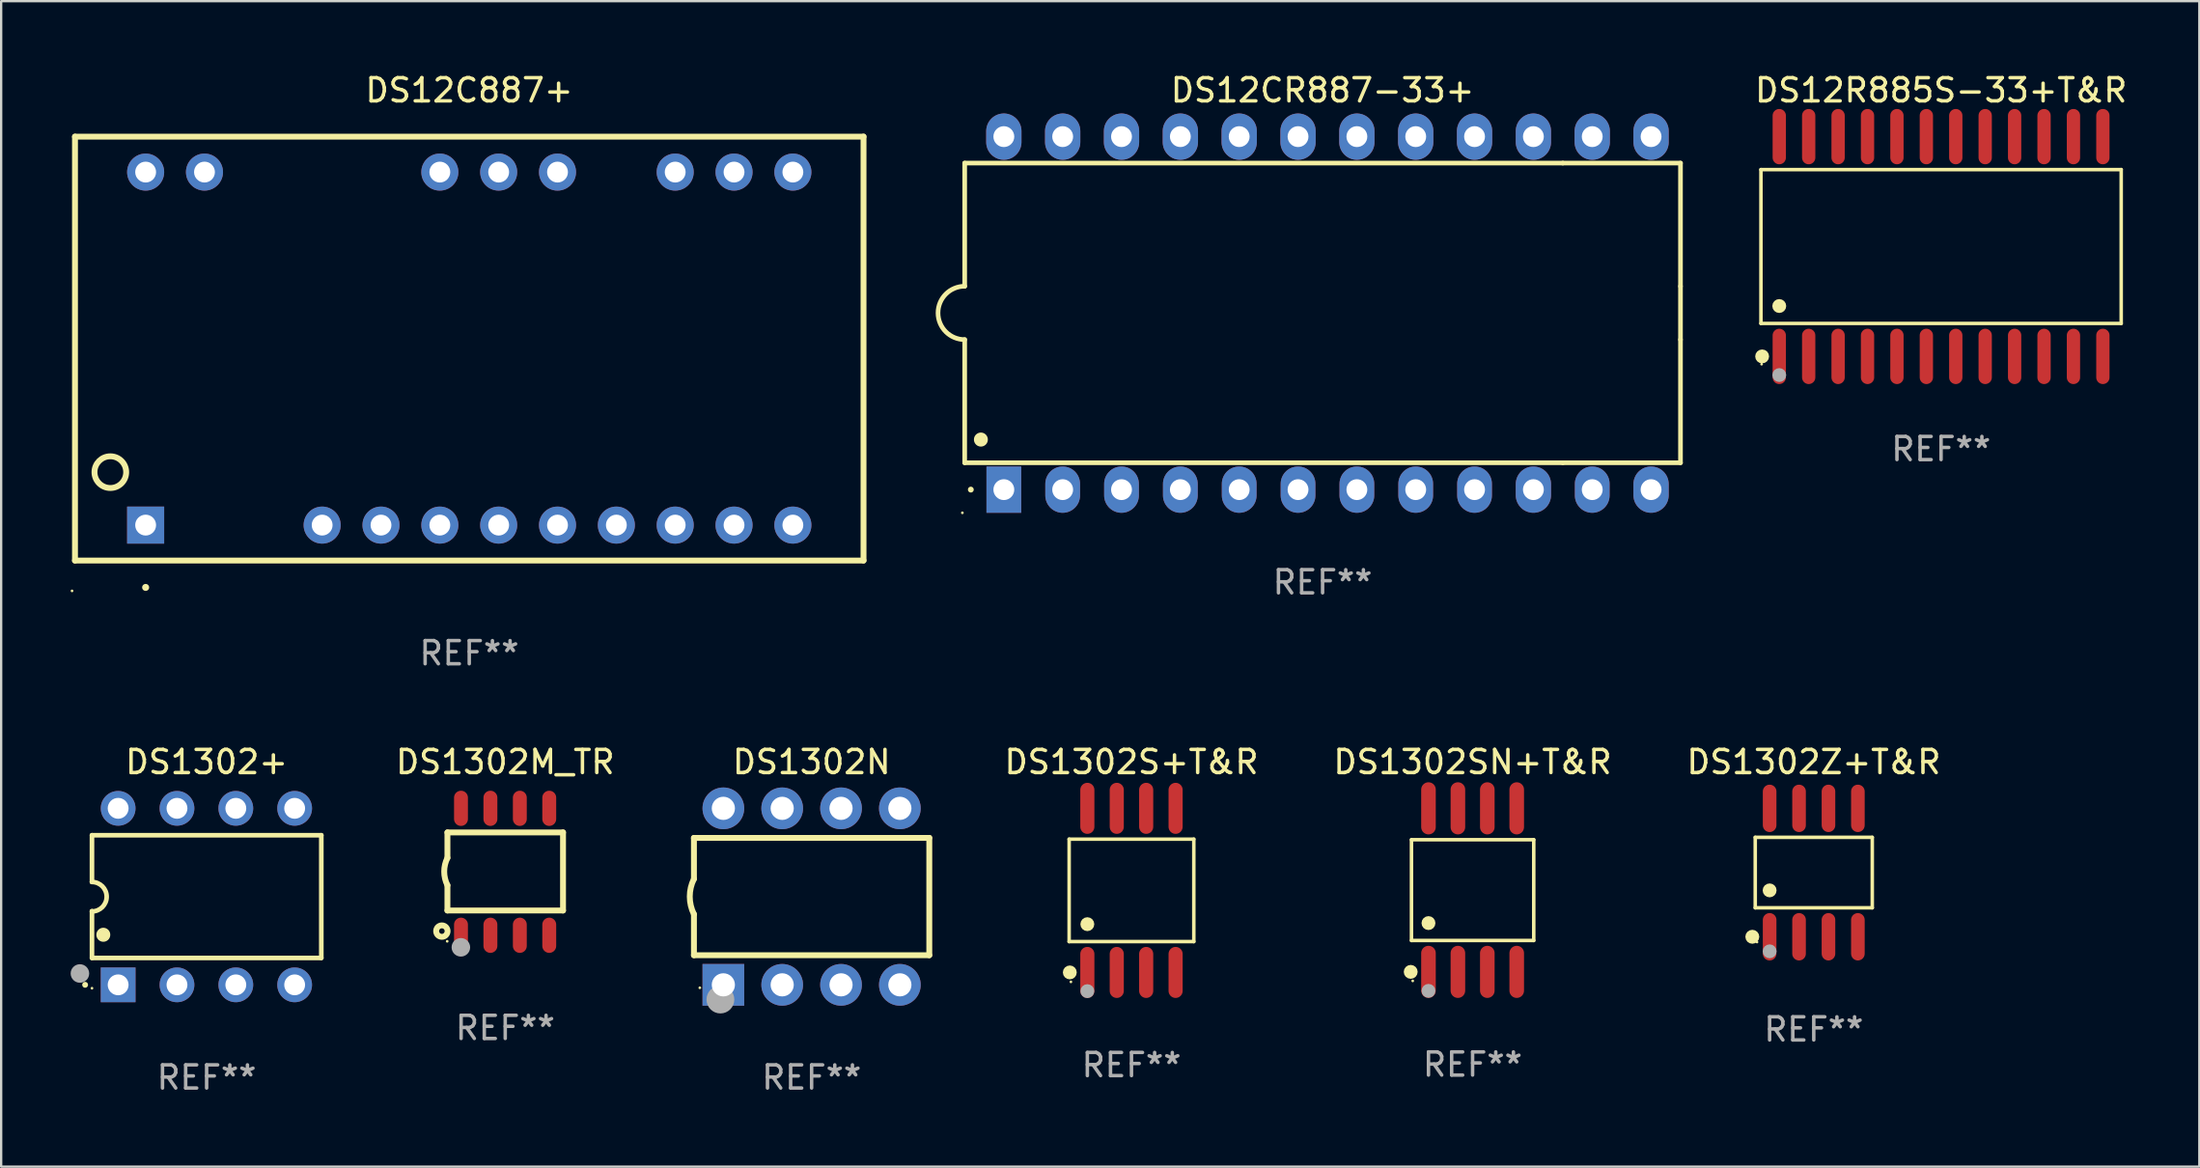
<source format=kicad_pcb>
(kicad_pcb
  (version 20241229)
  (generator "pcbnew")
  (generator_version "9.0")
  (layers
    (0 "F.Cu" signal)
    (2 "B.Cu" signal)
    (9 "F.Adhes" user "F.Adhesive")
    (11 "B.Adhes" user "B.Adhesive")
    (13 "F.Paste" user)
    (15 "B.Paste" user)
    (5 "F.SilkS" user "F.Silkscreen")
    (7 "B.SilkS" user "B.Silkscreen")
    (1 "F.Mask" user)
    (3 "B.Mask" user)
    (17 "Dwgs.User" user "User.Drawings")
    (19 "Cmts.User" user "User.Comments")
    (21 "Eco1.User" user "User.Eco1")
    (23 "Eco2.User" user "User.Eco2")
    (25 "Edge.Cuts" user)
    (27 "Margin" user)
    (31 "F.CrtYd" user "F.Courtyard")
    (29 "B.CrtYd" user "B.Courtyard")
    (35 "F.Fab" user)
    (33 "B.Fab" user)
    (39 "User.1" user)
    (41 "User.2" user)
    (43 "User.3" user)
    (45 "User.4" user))
  (footprint "DS1302Z+T&R"
    (layer "F.Cu")
    (at 75.247 34.619)
    (property "Reference" "DS1302Z+T&R" (at 0 -4.772 0) (layer "F.SilkS") (effects (font (size 1 1) (thickness 0.15))))
    (attr through_hole)
    (fp_line (start -2.526 -1.521) (end 2.526 -1.521) (stroke (width 0.152) (type solid)) (layer "F.SilkS"))
    (fp_line (start -2.526 1.521) (end -2.526 -1.521) (stroke (width 0.152) (type solid)) (layer "F.SilkS"))
    (fp_line (start 2.526 -1.521) (end 2.526 1.521) (stroke (width 0.152) (type solid)) (layer "F.SilkS"))
    (fp_line (start 2.526 1.521) (end -2.526 1.521) (stroke (width 0.152) (type solid)) (layer "F.SilkS"))
    (fp_circle (center -2.652 2.772) (end -2.501 2.772) (stroke (width 0.3) (type solid)) (fill no) (layer "F.SilkS"))
    (fp_circle (center -2.45 3) (end -2.42 3) (stroke (width 0.06) (type solid)) (fill no) (layer "F.SilkS"))
    (fp_circle (center -1.905 0.769) (end -1.755 0.769) (stroke (width 0.3) (type solid)) (fill no) (layer "F.SilkS"))
    (fp_circle (center -1.905 3.4) (end -1.755 3.4) (stroke (width 0.3) (type solid)) (fill no) (layer "F.Fab"))
    (fp_text user "REF**" (at 0 6.772 0) (layer "F.Fab") (effects (font (size 1 1) (thickness 0.15))))
    (pad "1" smd oval (at -1.905 2.772) (size 0.588 2.045) (layers "F.Cu" "F.Mask" "F.Paste"))
    (pad "2" smd oval (at -0.635 2.772) (size 0.588 2.045) (layers "F.Cu" "F.Mask" "F.Paste"))
    (pad "3" smd oval (at 0.635 2.772) (size 0.588 2.045) (layers "F.Cu" "F.Mask" "F.Paste"))
    (pad "4" smd oval (at 1.905 2.772) (size 0.588 2.045) (layers "F.Cu" "F.Mask" "F.Paste"))
    (pad "5" smd oval (at 1.905 -2.772) (size 0.588 2.045) (layers "F.Cu" "F.Mask" "F.Paste"))
    (pad "6" smd oval (at 0.635 -2.772) (size 0.588 2.045) (layers "F.Cu" "F.Mask" "F.Paste"))
    (pad "7" smd oval (at -0.635 -2.772) (size 0.588 2.045) (layers "F.Cu" "F.Mask" "F.Paste"))
    (pad "8" smd oval (at -1.905 -2.772) (size 0.588 2.045) (layers "F.Cu" "F.Mask" "F.Paste")))
  (footprint "DS12C887+"
    (layer "F.Cu")
    (at 17.207 11.999)
    (property "Reference" "DS12C887+" (at 0 -11.151 0) (layer "F.SilkS") (effects (font (size 1 1) (thickness 0.15))))
    (attr through_hole)
    (fp_line (start -17.02 -9.15) (end 17.02 -9.15) (stroke (width 0.254) (type solid)) (layer "F.SilkS"))
    (fp_line (start -17.02 9.15) (end 17.02 9.15) (stroke (width 0.254) (type solid)) (layer "F.SilkS"))
    (fp_line (start -17.02 9.151) (end -17.02 -9.15) (stroke (width 0.254) (type solid)) (layer "F.SilkS"))
    (fp_line (start 17.02 9.15) (end 17.02 -9.151) (stroke (width 0.254) (type solid)) (layer "F.SilkS"))
    (fp_arc (start -13.971298 10.30997) (mid -13.970028 10.309965) (end -13.968758 10.30997) (stroke (width 0.3) (type solid)) (layer "F.SilkS"))
    (fp_circle (center -17.147 10.46) (end -17.117 10.46) (stroke (width 0.06) (type solid)) (fill no) (layer "F.SilkS"))
    (fp_circle (center -15.494 5.334) (end -14.81 5.334) (stroke (width 0.254) (type solid)) (fill no) (layer "F.SilkS"))
    (fp_text user "REF**" (at 0 13.151 0) (layer "F.Fab") (effects (font (size 1 1) (thickness 0.15))))
    (pad "1" thru_hole rect (at -13.97 7.62 90) (size 1.6 1.6) (drill 0.9) (layers "*.Cu" "*.Mask"))
    (pad "4" thru_hole circle (at -6.35 7.62) (size 1.6 1.6) (drill 0.9) (layers "*.Cu" "*.Mask"))
    (pad "5" thru_hole circle (at -3.81 7.62) (size 1.6 1.6) (drill 0.9) (layers "*.Cu" "*.Mask"))
    (pad "6" thru_hole circle (at -1.27 7.62) (size 1.6 1.6) (drill 0.9) (layers "*.Cu" "*.Mask"))
    (pad "7" thru_hole circle (at 1.27 7.62) (size 1.6 1.6) (drill 0.9) (layers "*.Cu" "*.Mask"))
    (pad "8" thru_hole circle (at 3.81 7.62) (size 1.6 1.6) (drill 0.9) (layers "*.Cu" "*.Mask"))
    (pad "9" thru_hole circle (at 6.35 7.62) (size 1.6 1.6) (drill 0.9) (layers "*.Cu" "*.Mask"))
    (pad "10" thru_hole circle (at 8.89 7.62) (size 1.6 1.6) (drill 0.9) (layers "*.Cu" "*.Mask"))
    (pad "11" thru_hole circle (at 11.43 7.62) (size 1.6 1.6) (drill 0.9) (layers "*.Cu" "*.Mask"))
    (pad "12" thru_hole circle (at 13.97 7.62) (size 1.6 1.6) (drill 0.9) (layers "*.Cu" "*.Mask"))
    (pad "13" thru_hole circle (at 13.97 -7.62) (size 1.6 1.6) (drill 0.9) (layers "*.Cu" "*.Mask"))
    (pad "14" thru_hole circle (at 11.43 -7.62) (size 1.6 1.6) (drill 0.9) (layers "*.Cu" "*.Mask"))
    (pad "15" thru_hole circle (at 8.89 -7.62) (size 1.6 1.6) (drill 0.9) (layers "*.Cu" "*.Mask"))
    (pad "17" thru_hole circle (at 3.81 -7.62) (size 1.6 1.6) (drill 0.9) (layers "*.Cu" "*.Mask"))
    (pad "18" thru_hole circle (at 1.27 -7.62) (size 1.6 1.6) (drill 0.9) (layers "*.Cu" "*.Mask"))
    (pad "19" thru_hole circle (at -1.27 -7.62) (size 1.6 1.6) (drill 0.9) (layers "*.Cu" "*.Mask"))
    (pad "23" thru_hole circle (at -11.43 -7.62) (size 1.6 1.6) (drill 0.9) (layers "*.Cu" "*.Mask"))
    (pad "24" thru_hole circle (at -13.97 -7.62) (size 1.6 1.6) (drill 0.9) (layers "*.Cu" "*.Mask")))
  (footprint "DS12R885S-33+T&R"
    (layer "F.Cu")
    (at 80.743 7.592)
    (property "Reference" "DS12R885S-33+T&R" (at 0 -6.744 0) (layer "F.SilkS") (effects (font (size 1 1) (thickness 0.15))))
    (attr through_hole)
    (fp_line (start -7.776 -3.321) (end 7.776 -3.321) (stroke (width 0.152) (type solid)) (layer "F.SilkS"))
    (fp_line (start -7.776 3.321) (end -7.776 -3.321) (stroke (width 0.152) (type solid)) (layer "F.SilkS"))
    (fp_line (start 7.776 -3.321) (end 7.776 3.321) (stroke (width 0.152) (type solid)) (layer "F.SilkS"))
    (fp_line (start 7.776 3.321) (end -7.776 3.321) (stroke (width 0.152) (type solid)) (layer "F.SilkS"))
    (fp_circle (center -7.747 5.08) (end -7.717 5.08) (stroke (width 0.06) (type solid)) (fill no) (layer "F.SilkS"))
    (fp_circle (center -7.724 4.744) (end -7.574 4.744) (stroke (width 0.3) (type solid)) (fill no) (layer "F.SilkS"))
    (fp_circle (center -6.985 2.569) (end -6.835 2.569) (stroke (width 0.3) (type solid)) (fill no) (layer "F.SilkS"))
    (fp_circle (center -6.985 5.55) (end -6.835 5.55) (stroke (width 0.3) (type solid)) (fill no) (layer "F.Fab"))
    (fp_text user "REF**" (at 0 8.744 0) (layer "F.Fab") (effects (font (size 1 1) (thickness 0.15))))
    (pad "1" smd oval (at -6.985 4.744) (size 0.574 2.388) (layers "F.Cu" "F.Mask" "F.Paste"))
    (pad "2" smd oval (at -5.715 4.744) (size 0.574 2.388) (layers "F.Cu" "F.Mask" "F.Paste"))
    (pad "3" smd oval (at -4.445 4.744) (size 0.574 2.388) (layers "F.Cu" "F.Mask" "F.Paste"))
    (pad "4" smd oval (at -3.175 4.744) (size 0.574 2.388) (layers "F.Cu" "F.Mask" "F.Paste"))
    (pad "5" smd oval (at -1.905 4.744) (size 0.574 2.388) (layers "F.Cu" "F.Mask" "F.Paste"))
    (pad "6" smd oval (at -0.635 4.744) (size 0.574 2.388) (layers "F.Cu" "F.Mask" "F.Paste"))
    (pad "7" smd oval (at 0.635 4.744) (size 0.574 2.388) (layers "F.Cu" "F.Mask" "F.Paste"))
    (pad "8" smd oval (at 1.905 4.744) (size 0.574 2.388) (layers "F.Cu" "F.Mask" "F.Paste"))
    (pad "9" smd oval (at 3.175 4.744) (size 0.574 2.388) (layers "F.Cu" "F.Mask" "F.Paste"))
    (pad "10" smd oval (at 4.445 4.744) (size 0.574 2.388) (layers "F.Cu" "F.Mask" "F.Paste"))
    (pad "11" smd oval (at 5.715 4.744) (size 0.574 2.388) (layers "F.Cu" "F.Mask" "F.Paste"))
    (pad "12" smd oval (at 6.985 4.744) (size 0.574 2.388) (layers "F.Cu" "F.Mask" "F.Paste"))
    (pad "13" smd oval (at 6.985 -4.744) (size 0.574 2.388) (layers "F.Cu" "F.Mask" "F.Paste"))
    (pad "14" smd oval (at 5.715 -4.744) (size 0.574 2.388) (layers "F.Cu" "F.Mask" "F.Paste"))
    (pad "15" smd oval (at 4.445 -4.744) (size 0.574 2.388) (layers "F.Cu" "F.Mask" "F.Paste"))
    (pad "16" smd oval (at 3.175 -4.744) (size 0.574 2.388) (layers "F.Cu" "F.Mask" "F.Paste"))
    (pad "17" smd oval (at 1.905 -4.744) (size 0.574 2.388) (layers "F.Cu" "F.Mask" "F.Paste"))
    (pad "18" smd oval (at 0.635 -4.744) (size 0.574 2.388) (layers "F.Cu" "F.Mask" "F.Paste"))
    (pad "19" smd oval (at -0.635 -4.744) (size 0.574 2.388) (layers "F.Cu" "F.Mask" "F.Paste"))
    (pad "20" smd oval (at -1.905 -4.744) (size 0.574 2.388) (layers "F.Cu" "F.Mask" "F.Paste"))
    (pad "21" smd oval (at -3.175 -4.744) (size 0.574 2.388) (layers "F.Cu" "F.Mask" "F.Paste"))
    (pad "22" smd oval (at -4.445 -4.744) (size 0.574 2.388) (layers "F.Cu" "F.Mask" "F.Paste"))
    (pad "23" smd oval (at -5.715 -4.744) (size 0.574 2.388) (layers "F.Cu" "F.Mask" "F.Paste"))
    (pad "24" smd oval (at -6.985 -4.744) (size 0.574 2.388) (layers "F.Cu" "F.Mask" "F.Paste")))
  (footprint "DS1302+"
    (layer "F.Cu")
    (at 5.87 35.656)
    (property "Reference" "DS1302+" (at 0 -5.81 0) (layer "F.SilkS") (effects (font (size 1 1) (thickness 0.15))))
    (attr through_hole)
    (fp_line (start -4.95 -2.649) (end 4.95 -2.649) (stroke (width 0.2) (type solid)) (layer "F.SilkS"))
    (fp_line (start -4.95 -0.635) (end -4.95 -2.649) (stroke (width 0.2) (type solid)) (layer "F.SilkS"))
    (fp_line (start -4.95 0.635) (end -4.95 0.64) (stroke (width 0.2) (type solid)) (layer "F.SilkS"))
    (fp_line (start -4.95 2.649) (end -4.95 0.635) (stroke (width 0.2) (type solid)) (layer "F.SilkS"))
    (fp_line (start -4.95 -0.64) (end -4.95 -0.635) (stroke (width 0.2) (type solid)) (layer "F.SilkS"))
    (fp_line (start 4.95 -2.649) (end 4.95 2.649) (stroke (width 0.2) (type solid)) (layer "F.SilkS"))
    (fp_line (start 4.95 2.649) (end -4.95 2.649) (stroke (width 0.2) (type solid)) (layer "F.SilkS"))
    (fp_arc (start -5.24511 3.810008) (mid -5.245117 3.808738) (end -5.24511 3.807468) (stroke (width 0.25) (type solid)) (layer "F.SilkS"))
    (fp_arc (start -4.950165 -0.629997) (mid -4.315164 0.005004) (end -4.950165 0.640005) (stroke (width 0.2) (type solid)) (layer "F.SilkS"))
    (fp_arc (start -4.460249 1.651003) (mid -4.46026 1.648463) (end -4.460249 1.645923) (stroke (width 0.6) (type solid)) (layer "F.SilkS"))
    (fp_circle (center -4.95 3.956) (end -4.92 3.956) (stroke (width 0.06) (type solid)) (fill no) (layer "F.SilkS"))
    (fp_circle (center -5.47 3.32) (end -5.27 3.32) (stroke (width 0.4) (type solid)) (fill no) (layer "F.Fab"))
    (fp_text user "REF**" (at 0 7.81 0) (layer "F.Fab") (effects (font (size 1 1) (thickness 0.15))))
    (pad "1" thru_hole rect (at -3.82 3.81) (size 1.5 1.5) (drill 0.9) (layers "*.Cu" "*.Mask"))
    (pad "2" thru_hole circle (at -1.28 3.81) (size 1.5 1.5) (drill 0.9) (layers "*.Cu" "*.Mask"))
    (pad "3" thru_hole circle (at 1.26 3.81) (size 1.5 1.5) (drill 0.9) (layers "*.Cu" "*.Mask"))
    (pad "4" thru_hole circle (at 3.8 3.81) (size 1.5 1.5) (drill 0.9) (layers "*.Cu" "*.Mask"))
    (pad "5" thru_hole circle (at 3.8 -3.81) (size 1.5 1.5) (drill 0.9) (layers "*.Cu" "*.Mask"))
    (pad "6" thru_hole circle (at 1.26 -3.81) (size 1.5 1.5) (drill 0.9) (layers "*.Cu" "*.Mask"))
    (pad "7" thru_hole circle (at -1.28 -3.81) (size 1.5 1.5) (drill 0.9) (layers "*.Cu" "*.Mask"))
    (pad "8" thru_hole circle (at -3.82 -3.81) (size 1.5 1.5) (drill 0.9) (layers "*.Cu" "*.Mask")))
  (footprint "DS1302SN+T&R"
    (layer "F.Cu")
    (at 60.52 35.376)
    (property "Reference" "DS1302SN+T&R" (at 0 -5.53 0) (layer "F.SilkS") (effects (font (size 1 1) (thickness 0.15))))
    (attr through_hole)
    (fp_line (start -2.639 -2.176) (end 2.639 -2.176) (stroke (width 0.152) (type solid)) (layer "F.SilkS"))
    (fp_line (start -2.639 2.176) (end -2.639 -2.176) (stroke (width 0.152) (type solid)) (layer "F.SilkS"))
    (fp_line (start 2.639 -2.176) (end 2.639 2.176) (stroke (width 0.152) (type solid)) (layer "F.SilkS"))
    (fp_line (start 2.639 2.176) (end -2.639 2.176) (stroke (width 0.152) (type solid)) (layer "F.SilkS"))
    (fp_circle (center -2.672 3.53) (end -2.522 3.53) (stroke (width 0.3) (type solid)) (fill no) (layer "F.SilkS"))
    (fp_circle (center -2.585 3.92) (end -2.555 3.92) (stroke (width 0.06) (type solid)) (fill no) (layer "F.SilkS"))
    (fp_circle (center -1.905 1.424) (end -1.755 1.424) (stroke (width 0.3) (type solid)) (fill no) (layer "F.SilkS"))
    (fp_circle (center -1.905 4.35) (end -1.755 4.35) (stroke (width 0.3) (type solid)) (fill no) (layer "F.Fab"))
    (fp_text user "REF**" (at 0 7.53 0) (layer "F.Fab") (effects (font (size 1 1) (thickness 0.15))))
    (pad "1" smd oval (at -1.905 3.53) (size 0.63 2.25) (layers "F.Cu" "F.Mask" "F.Paste"))
    (pad "2" smd oval (at -0.635 3.53) (size 0.63 2.25) (layers "F.Cu" "F.Mask" "F.Paste"))
    (pad "3" smd oval (at 0.635 3.53) (size 0.63 2.25) (layers "F.Cu" "F.Mask" "F.Paste"))
    (pad "4" smd oval (at 1.905 3.53) (size 0.63 2.25) (layers "F.Cu" "F.Mask" "F.Paste"))
    (pad "5" smd oval (at 1.905 -3.53) (size 0.63 2.25) (layers "F.Cu" "F.Mask" "F.Paste"))
    (pad "6" smd oval (at 0.635 -3.53) (size 0.63 2.25) (layers "F.Cu" "F.Mask" "F.Paste"))
    (pad "7" smd oval (at -0.635 -3.53) (size 0.63 2.25) (layers "F.Cu" "F.Mask" "F.Paste"))
    (pad "8" smd oval (at -1.905 -3.53) (size 0.63 2.25) (layers "F.Cu" "F.Mask" "F.Paste")))
  (footprint "DS1302N"
    (layer "F.Cu")
    (at 31.986 35.656)
    (property "Reference" "DS1302N" (at 0 -5.81 0) (layer "F.SilkS") (effects (font (size 1 1) (thickness 0.15))))
    (attr through_hole)
    (fp_line (start -5.08 -2.534) (end 5.08 -2.534) (stroke (width 0.254) (type solid)) (layer "F.SilkS"))
    (fp_line (start -5.08 -0.762) (end -5.08 -2.534) (stroke (width 0.254) (type solid)) (layer "F.SilkS"))
    (fp_line (start -5.08 2.531) (end -5.08 0.762) (stroke (width 0.254) (type solid)) (layer "F.SilkS"))
    (fp_line (start -5.08 2.531) (end 5.08 2.531) (stroke (width 0.254) (type solid)) (layer "F.SilkS"))
    (fp_line (start 5.08 2.531) (end 5.08 -2.534) (stroke (width 0.254) (type solid)) (layer "F.SilkS"))
    (fp_arc (start -5.08001 0.762001) (mid -5.259894 0) (end -5.08001 -0.762002) (stroke (width 0.254001) (type solid)) (layer "F.SilkS"))
    (fp_circle (center -4.826 3.937) (end -4.796 3.937) (stroke (width 0.06) (type solid)) (fill no) (layer "F.SilkS"))
    (fp_circle (center -3.937 4.445) (end -3.637 4.445) (stroke (width 0.6) (type solid)) (fill no) (layer "F.Fab"))
    (fp_text user "REF**" (at 0 7.81 0) (layer "F.Fab") (effects (font (size 1 1) (thickness 0.15))))
    (pad "1" thru_hole rect (at -3.81 3.81) (size 1.8 1.8) (drill 1) (layers "*.Cu" "*.Mask"))
    (pad "2" thru_hole circle (at -1.27 3.81) (size 1.8 1.8) (drill 1) (layers "*.Cu" "*.Mask"))
    (pad "3" thru_hole circle (at 1.27 3.81) (size 1.8 1.8) (drill 1) (layers "*.Cu" "*.Mask"))
    (pad "4" thru_hole circle (at 3.81 3.81) (size 1.8 1.8) (drill 1) (layers "*.Cu" "*.Mask"))
    (pad "5" thru_hole circle (at 3.81 -3.81) (size 1.8 1.8) (drill 1) (layers "*.Cu" "*.Mask"))
    (pad "6" thru_hole circle (at 1.27 -3.81) (size 1.8 1.8) (drill 1) (layers "*.Cu" "*.Mask"))
    (pad "7" thru_hole circle (at -1.27 -3.81) (size 1.8 1.8) (drill 1) (layers "*.Cu" "*.Mask"))
    (pad "8" thru_hole circle (at -3.81 -3.81) (size 1.8 1.8) (drill 1) (layers "*.Cu" "*.Mask")))
  (footprint "DS1302S+T&R"
    (layer "F.Cu")
    (at 45.794 35.388)
    (property "Reference" "DS1302S+T&R" (at 0 -5.542 0) (layer "F.SilkS") (effects (font (size 1 1) (thickness 0.15))))
    (attr through_hole)
    (fp_line (start -2.691 -2.211) (end 2.691 -2.211) (stroke (width 0.152) (type solid)) (layer "F.SilkS"))
    (fp_line (start -2.691 2.211) (end -2.691 -2.211) (stroke (width 0.152) (type solid)) (layer "F.SilkS"))
    (fp_line (start 2.691 -2.211) (end 2.691 2.211) (stroke (width 0.152) (type solid)) (layer "F.SilkS"))
    (fp_line (start 2.691 2.211) (end -2.691 2.211) (stroke (width 0.152) (type solid)) (layer "F.SilkS"))
    (fp_circle (center -2.662 3.542) (end -2.512 3.542) (stroke (width 0.3) (type solid)) (fill no) (layer "F.SilkS"))
    (fp_circle (center -2.615 3.95) (end -2.585 3.95) (stroke (width 0.06) (type solid)) (fill no) (layer "F.SilkS"))
    (fp_circle (center -1.905 1.459) (end -1.755 1.459) (stroke (width 0.3) (type solid)) (fill no) (layer "F.SilkS"))
    (fp_circle (center -1.905 4.35) (end -1.755 4.35) (stroke (width 0.3) (type solid)) (fill no) (layer "F.Fab"))
    (fp_text user "REF**" (at 0 7.542 0) (layer "F.Fab") (effects (font (size 1 1) (thickness 0.15))))
    (pad "1" smd oval (at -1.905 3.542) (size 0.609 2.204) (layers "F.Cu" "F.Mask" "F.Paste"))
    (pad "2" smd oval (at -0.635 3.542) (size 0.609 2.204) (layers "F.Cu" "F.Mask" "F.Paste"))
    (pad "3" smd oval (at 0.635 3.542) (size 0.609 2.204) (layers "F.Cu" "F.Mask" "F.Paste"))
    (pad "4" smd oval (at 1.905 3.542) (size 0.609 2.204) (layers "F.Cu" "F.Mask" "F.Paste"))
    (pad "5" smd oval (at 1.905 -3.542) (size 0.609 2.204) (layers "F.Cu" "F.Mask" "F.Paste"))
    (pad "6" smd oval (at 0.635 -3.542) (size 0.609 2.204) (layers "F.Cu" "F.Mask" "F.Paste"))
    (pad "7" smd oval (at -0.635 -3.542) (size 0.609 2.204) (layers "F.Cu" "F.Mask" "F.Paste"))
    (pad "8" smd oval (at -1.905 -3.542) (size 0.609 2.204) (layers "F.Cu" "F.Mask" "F.Paste")))
  (footprint "DS1302M_TR"
    (layer "F.Cu")
    (at 18.76 34.586)
    (property "Reference" "DS1302M_TR" (at 0 -4.74 0) (layer "F.SilkS") (effects (font (size 1 1) (thickness 0.15))))
    (attr through_hole)
    (fp_line (start -2.495 -1.7) (end 2.495 -1.7) (stroke (width 0.254) (type solid)) (layer "F.SilkS"))
    (fp_line (start -2.495 -0.6) (end -2.495 -1.7) (stroke (width 0.254) (type solid)) (layer "F.SilkS"))
    (fp_line (start -2.495 1.671) (end -2.495 0.58) (stroke (width 0.254) (type solid)) (layer "F.SilkS"))
    (fp_line (start 2.495 -1.7) (end 2.495 1.671) (stroke (width 0.254) (type solid)) (layer "F.SilkS"))
    (fp_line (start 2.495 1.671) (end -2.495 1.671) (stroke (width 0.254) (type solid)) (layer "F.SilkS"))
    (fp_arc (start -2.495009 0.58001) (mid -2.634112 -0.009995) (end -2.495009 -0.6) (stroke (width 0.254001) (type solid)) (layer "F.SilkS"))
    (fp_circle (center -2.735 2.56) (end -2.615 2.56) (stroke (width 0.254) (type solid)) (fill no) (layer "F.SilkS"))
    (fp_circle (center -2.505 3) (end -2.475 3) (stroke (width 0.06) (type solid)) (fill no) (layer "F.SilkS"))
    (fp_circle (center -1.915 3.26) (end -1.715 3.26) (stroke (width 0.4) (type solid)) (fill no) (layer "F.Fab"))
    (fp_text user "REF**" (at 0 6.74 0) (layer "F.Fab") (effects (font (size 1 1) (thickness 0.15))))
    (pad "1" smd oval (at -1.91 2.74) (size 0.6 1.52) (layers "F.Cu" "F.Mask" "F.Paste"))
    (pad "2" smd oval (at -0.64 2.74) (size 0.6 1.52) (layers "F.Cu" "F.Mask" "F.Paste"))
    (pad "3" smd oval (at 0.63 2.74) (size 0.6 1.52) (layers "F.Cu" "F.Mask" "F.Paste"))
    (pad "4" smd oval (at 1.9 2.74) (size 0.6 1.52) (layers "F.Cu" "F.Mask" "F.Paste"))
    (pad "5" smd oval (at 1.9 -2.74) (size 0.6 1.52) (layers "F.Cu" "F.Mask" "F.Paste"))
    (pad "6" smd oval (at 0.63 -2.74) (size 0.6 1.52) (layers "F.Cu" "F.Mask" "F.Paste"))
    (pad "7" smd oval (at -0.64 -2.74) (size 0.6 1.52) (layers "F.Cu" "F.Mask" "F.Paste"))
    (pad "8" smd oval (at -1.91 -2.74) (size 0.6 1.52) (layers "F.Cu" "F.Mask" "F.Paste")))
  (footprint "DS12CR887-33+"
    (layer "F.Cu")
    (at 54.044 10.468)
    (property "Reference" "DS12CR887-33+" (at 0 -9.62 0) (layer "F.SilkS") (effects (font (size 1 1) (thickness 0.15))))
    (attr through_hole)
    (fp_line (start -15.45 -6.477) (end 10.37 -6.477) (stroke (width 0.2) (type solid)) (layer "F.SilkS"))
    (fp_line (start -15.45 -1.16) (end -15.45 -6.477) (stroke (width 0.2) (type solid)) (layer "F.SilkS"))
    (fp_line (start -15.45 6.46) (end -15.45 1.143) (stroke (width 0.2) (type solid)) (layer "F.SilkS"))
    (fp_line (start 10.37 -6.477) (end 15.45 -6.477) (stroke (width 0.2) (type solid)) (layer "F.SilkS"))
    (fp_line (start 10.37 6.46) (end -15.45 6.46) (stroke (width 0.2) (type solid)) (layer "F.SilkS"))
    (fp_line (start 15.45 -6.477) (end 15.45 -1.16) (stroke (width 0.2) (type solid)) (layer "F.SilkS"))
    (fp_line (start 15.45 -1.16) (end 15.45 1.143) (stroke (width 0.2) (type solid)) (layer "F.SilkS"))
    (fp_line (start 15.45 1.143) (end 15.45 6.46) (stroke (width 0.2) (type solid)) (layer "F.SilkS"))
    (fp_line (start 15.45 6.46) (end 10.37 6.46) (stroke (width 0.2) (type solid)) (layer "F.SilkS"))
    (fp_arc (start -15.449136 1.142901) (mid -16.590111 -0.008992) (end -15.449137 -1.160885) (stroke (width 0.2) (type solid)) (layer "F.SilkS"))
    (fp_arc (start -15.184976 7.619914) (mid -15.184983 7.618644) (end -15.184976 7.617374) (stroke (width 0.25) (type solid)) (layer "F.SilkS"))
    (fp_arc (start -14.750635 5.460909) (mid -14.750646 5.458369) (end -14.750635 5.455829) (stroke (width 0.6) (type solid)) (layer "F.SilkS"))
    (fp_circle (center -15.55 8.62) (end -15.52 8.62) (stroke (width 0.06) (type solid)) (fill no) (layer "F.SilkS"))
    (fp_text user "REF**" (at 0 11.62 0) (layer "F.Fab") (effects (font (size 1 1) (thickness 0.15))))
    (pad "1" thru_hole rect (at -13.76 7.62 90) (size 2 1.5) (drill 0.9) (layers "*.Cu" "*.Mask"))
    (pad "2" thru_hole oval (at -11.22 7.62 90) (size 2 1.5) (drill 0.9) (layers "*.Cu" "*.Mask"))
    (pad "3" thru_hole oval (at -8.68 7.62 90) (size 2 1.5) (drill 0.9) (layers "*.Cu" "*.Mask"))
    (pad "4" thru_hole oval (at -6.14 7.62 90) (size 2 1.5) (drill 0.9) (layers "*.Cu" "*.Mask"))
    (pad "5" thru_hole oval (at -3.6 7.62 90) (size 2 1.5) (drill 0.9) (layers "*.Cu" "*.Mask"))
    (pad "6" thru_hole oval (at -1.06 7.62 90) (size 2 1.5) (drill 0.9) (layers "*.Cu" "*.Mask"))
    (pad "7" thru_hole oval (at 1.48 7.62 90) (size 2 1.5) (drill 0.9) (layers "*.Cu" "*.Mask"))
    (pad "8" thru_hole oval (at 4.02 7.62 90) (size 2 1.5) (drill 0.9) (layers "*.Cu" "*.Mask"))
    (pad "9" thru_hole oval (at 6.56 7.62 90) (size 2 1.5) (drill 0.9) (layers "*.Cu" "*.Mask"))
    (pad "10" thru_hole oval (at 9.1 7.62 90) (size 2 1.524) (drill 0.9) (layers "*.Cu" "*.Mask"))
    (pad "11" thru_hole oval (at 11.64 7.62 90) (size 2 1.5) (drill 0.9) (layers "*.Cu" "*.Mask"))
    (pad "12" thru_hole oval (at 14.18 7.62 90) (size 2 1.524) (drill 0.9) (layers "*.Cu" "*.Mask"))
    (pad "13" thru_hole oval (at 14.18 -7.62 90) (size 2 1.524) (drill 0.9) (layers "*.Cu" "*.Mask"))
    (pad "14" thru_hole oval (at 11.64 -7.62 90) (size 2 1.524) (drill 0.9) (layers "*.Cu" "*.Mask"))
    (pad "15" thru_hole oval (at 9.1 -7.62 90) (size 2 1.524) (drill 0.9) (layers "*.Cu" "*.Mask"))
    (pad "16" thru_hole oval (at 6.56 -7.62 90) (size 2 1.524) (drill 0.9) (layers "*.Cu" "*.Mask"))
    (pad "17" thru_hole oval (at 4.02 -7.62 90) (size 2 1.524) (drill 0.9) (layers "*.Cu" "*.Mask"))
    (pad "18" thru_hole oval (at 1.48 -7.62 90) (size 2 1.524) (drill 0.9) (layers "*.Cu" "*.Mask"))
    (pad "19" thru_hole oval (at -1.06 -7.62 90) (size 2 1.524) (drill 0.9) (layers "*.Cu" "*.Mask"))
    (pad "20" thru_hole oval (at -3.6 -7.62 90) (size 2 1.524) (drill 0.9) (layers "*.Cu" "*.Mask"))
    (pad "21" thru_hole oval (at -6.14 -7.62 90) (size 2 1.524) (drill 0.9) (layers "*.Cu" "*.Mask"))
    (pad "22" thru_hole oval (at -8.68 -7.62 90) (size 2 1.524) (drill 0.9) (layers "*.Cu" "*.Mask"))
    (pad "23" thru_hole oval (at -11.22 -7.62 90) (size 2 1.524) (drill 0.9) (layers "*.Cu" "*.Mask"))
    (pad "24" thru_hole oval (at -13.76 -7.62 90) (size 2 1.524) (drill 0.9) (layers "*.Cu" "*.Mask")))
  (gr_rect
    (start -3 -3)
    (end 91.892 47.314)
    (stroke (width 0.1) (type default))
    (fill no)
    (layer "Edge.Cuts")))
</source>
